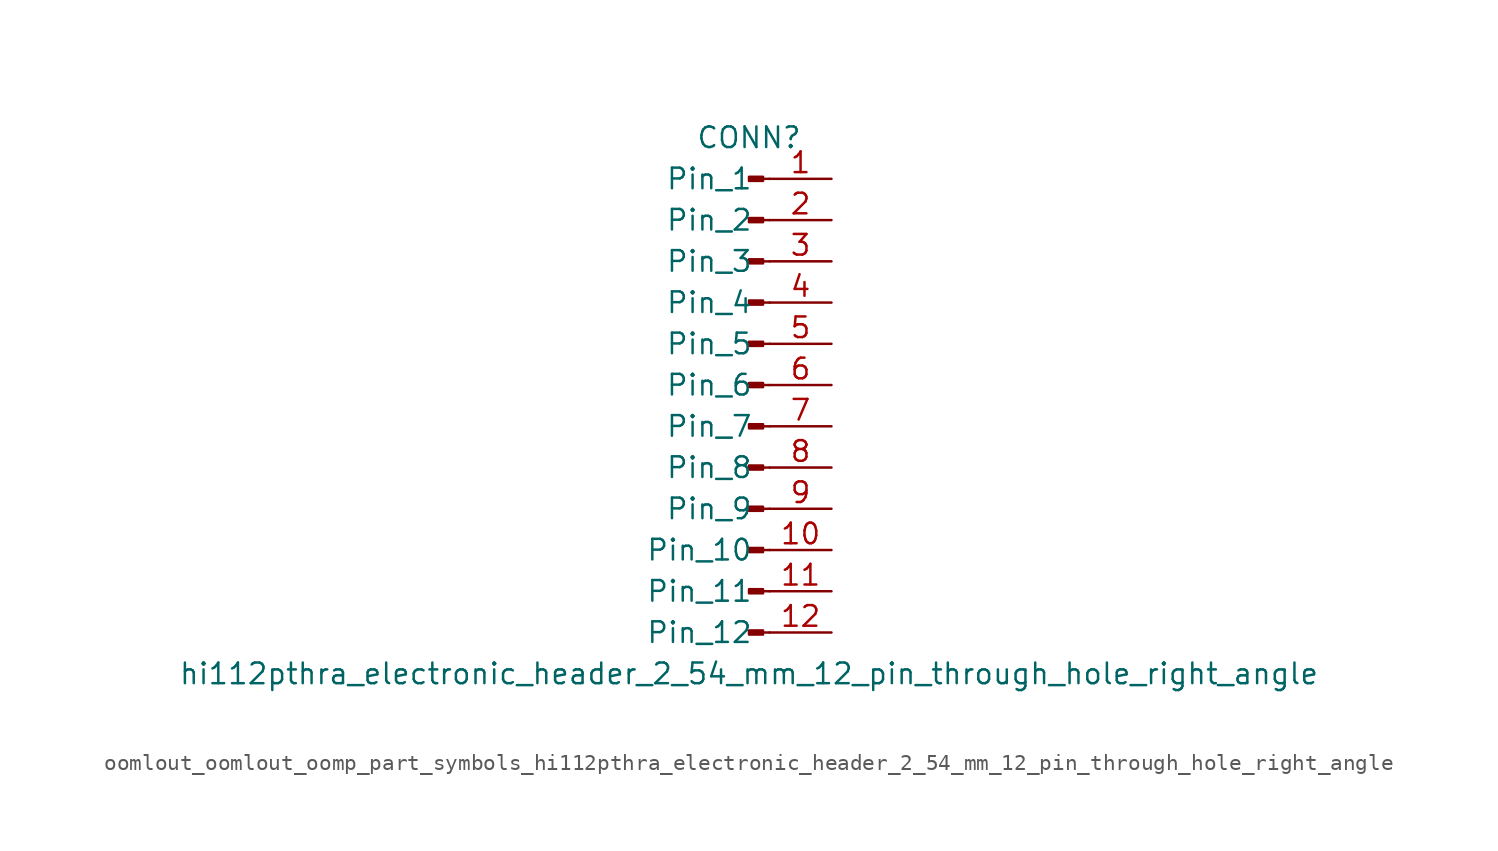
<source format=kicad_sym>
(kicad_symbol_lib
  (version 20220914)
  (generator kicad_symbol_editor)
  (symbol "oomlout_oomlout_oomp_part_symbols_hi112pthra_electronic_header_2_54_mm_12_pin_through_hole_right_angle"
    (pin_names
      (offset 1.016))
    (property "Reference" "CONN"
      (at 0 15.24 0)
      (effects (font (size 1.27 1.27))))
    (property "Value" "hi112pthra_electronic_header_2_54_mm_12_pin_through_hole_right_angle"
      (at 0 -17.78 0)
      (effects (font (size 1.27 1.27))))
    (property "ki_locked" ""
      (at 0 0 0)
      (effects (font (size 1.27 1.27))))
    (symbol "oomlout_oomlout_oomp_part_symbols_hi112pthra_electronic_header_2_54_mm_12_pin_through_hole_right_angle_1_1"
      (polyline (pts (xy 1.27 -15.24) (xy 0.864 -15.24)) (stroke (width 0.152) (type default)) (fill (type none)))
      (polyline (pts (xy 1.27 -12.7) (xy 0.864 -12.7)) (stroke (width 0.152) (type default)) (fill (type none)))
      (polyline (pts (xy 1.27 -10.16) (xy 0.864 -10.16)) (stroke (width 0.152) (type default)) (fill (type none)))
      (polyline (pts (xy 1.27 -7.62) (xy 0.864 -7.62)) (stroke (width 0.152) (type default)) (fill (type none)))
      (polyline (pts (xy 1.27 -5.08) (xy 0.864 -5.08)) (stroke (width 0.152) (type default)) (fill (type none)))
      (polyline (pts (xy 1.27 -2.54) (xy 0.864 -2.54)) (stroke (width 0.152) (type default)) (fill (type none)))
      (polyline (pts (xy 1.27 0) (xy 0.864 0)) (stroke (width 0.152) (type default)) (fill (type none)))
      (polyline (pts (xy 1.27 2.54) (xy 0.864 2.54)) (stroke (width 0.152) (type default)) (fill (type none)))
      (polyline (pts (xy 1.27 5.08) (xy 0.864 5.08)) (stroke (width 0.152) (type default)) (fill (type none)))
      (polyline (pts (xy 1.27 7.62) (xy 0.864 7.62)) (stroke (width 0.152) (type default)) (fill (type none)))
      (polyline (pts (xy 1.27 10.16) (xy 0.864 10.16)) (stroke (width 0.152) (type default)) (fill (type none)))
      (polyline (pts (xy 1.27 12.7) (xy 0.864 12.7)) (stroke (width 0.152) (type default)) (fill (type none)))
      (rectangle (start 0.864 -15.113) (end 0 -15.367) (stroke (width 0.152) (type default)) (fill (type outline)))
      (rectangle (start 0.864 -12.573) (end 0 -12.827) (stroke (width 0.152) (type default)) (fill (type outline)))
      (rectangle (start 0.864 -10.033) (end 0 -10.287) (stroke (width 0.152) (type default)) (fill (type outline)))
      (rectangle (start 0.864 -7.493) (end 0 -7.747) (stroke (width 0.152) (type default)) (fill (type outline)))
      (rectangle (start 0.864 -4.953) (end 0 -5.207) (stroke (width 0.152) (type default)) (fill (type outline)))
      (rectangle (start 0.864 -2.413) (end 0 -2.667) (stroke (width 0.152) (type default)) (fill (type outline)))
      (rectangle (start 0.864 0.127) (end 0 -0.127) (stroke (width 0.152) (type default)) (fill (type outline)))
      (rectangle (start 0.864 2.667) (end 0 2.413) (stroke (width 0.152) (type default)) (fill (type outline)))
      (rectangle (start 0.864 5.207) (end 0 4.953) (stroke (width 0.152) (type default)) (fill (type outline)))
      (rectangle (start 0.864 7.747) (end 0 7.493) (stroke (width 0.152) (type default)) (fill (type outline)))
      (rectangle (start 0.864 10.287) (end 0 10.033) (stroke (width 0.152) (type default)) (fill (type outline)))
      (rectangle (start 0.864 12.827) (end 0 12.573) (stroke (width 0.152) (type default)) (fill (type outline)))
      (pin passive line (at 5.08 12.7 180) (length 3.81) (name "Pin_1" (effects (font (size 1.27 1.27)))) (number "1" (effects (font (size 1.27 1.27)))))
      (pin passive line (at 5.08 -10.16 180) (length 3.81) (name "Pin_10" (effects (font (size 1.27 1.27)))) (number "10" (effects (font (size 1.27 1.27)))))
      (pin passive line (at 5.08 -12.7 180) (length 3.81) (name "Pin_11" (effects (font (size 1.27 1.27)))) (number "11" (effects (font (size 1.27 1.27)))))
      (pin passive line (at 5.08 -15.24 180) (length 3.81) (name "Pin_12" (effects (font (size 1.27 1.27)))) (number "12" (effects (font (size 1.27 1.27)))))
      (pin passive line (at 5.08 10.16 180) (length 3.81) (name "Pin_2" (effects (font (size 1.27 1.27)))) (number "2" (effects (font (size 1.27 1.27)))))
      (pin passive line (at 5.08 7.62 180) (length 3.81) (name "Pin_3" (effects (font (size 1.27 1.27)))) (number "3" (effects (font (size 1.27 1.27)))))
      (pin passive line (at 5.08 5.08 180) (length 3.81) (name "Pin_4" (effects (font (size 1.27 1.27)))) (number "4" (effects (font (size 1.27 1.27)))))
      (pin passive line (at 5.08 2.54 180) (length 3.81) (name "Pin_5" (effects (font (size 1.27 1.27)))) (number "5" (effects (font (size 1.27 1.27)))))
      (pin passive line (at 5.08 0 180) (length 3.81) (name "Pin_6" (effects (font (size 1.27 1.27)))) (number "6" (effects (font (size 1.27 1.27)))))
      (pin passive line (at 5.08 -2.54 180) (length 3.81) (name "Pin_7" (effects (font (size 1.27 1.27)))) (number "7" (effects (font (size 1.27 1.27)))))
      (pin passive line (at 5.08 -5.08 180) (length 3.81) (name "Pin_8" (effects (font (size 1.27 1.27)))) (number "8" (effects (font (size 1.27 1.27)))))
      (pin passive line (at 5.08 -7.62 180) (length 3.81) (name "Pin_9" (effects (font (size 1.27 1.27)))) (number "9" (effects (font (size 1.27 1.27))))))))
</source>
